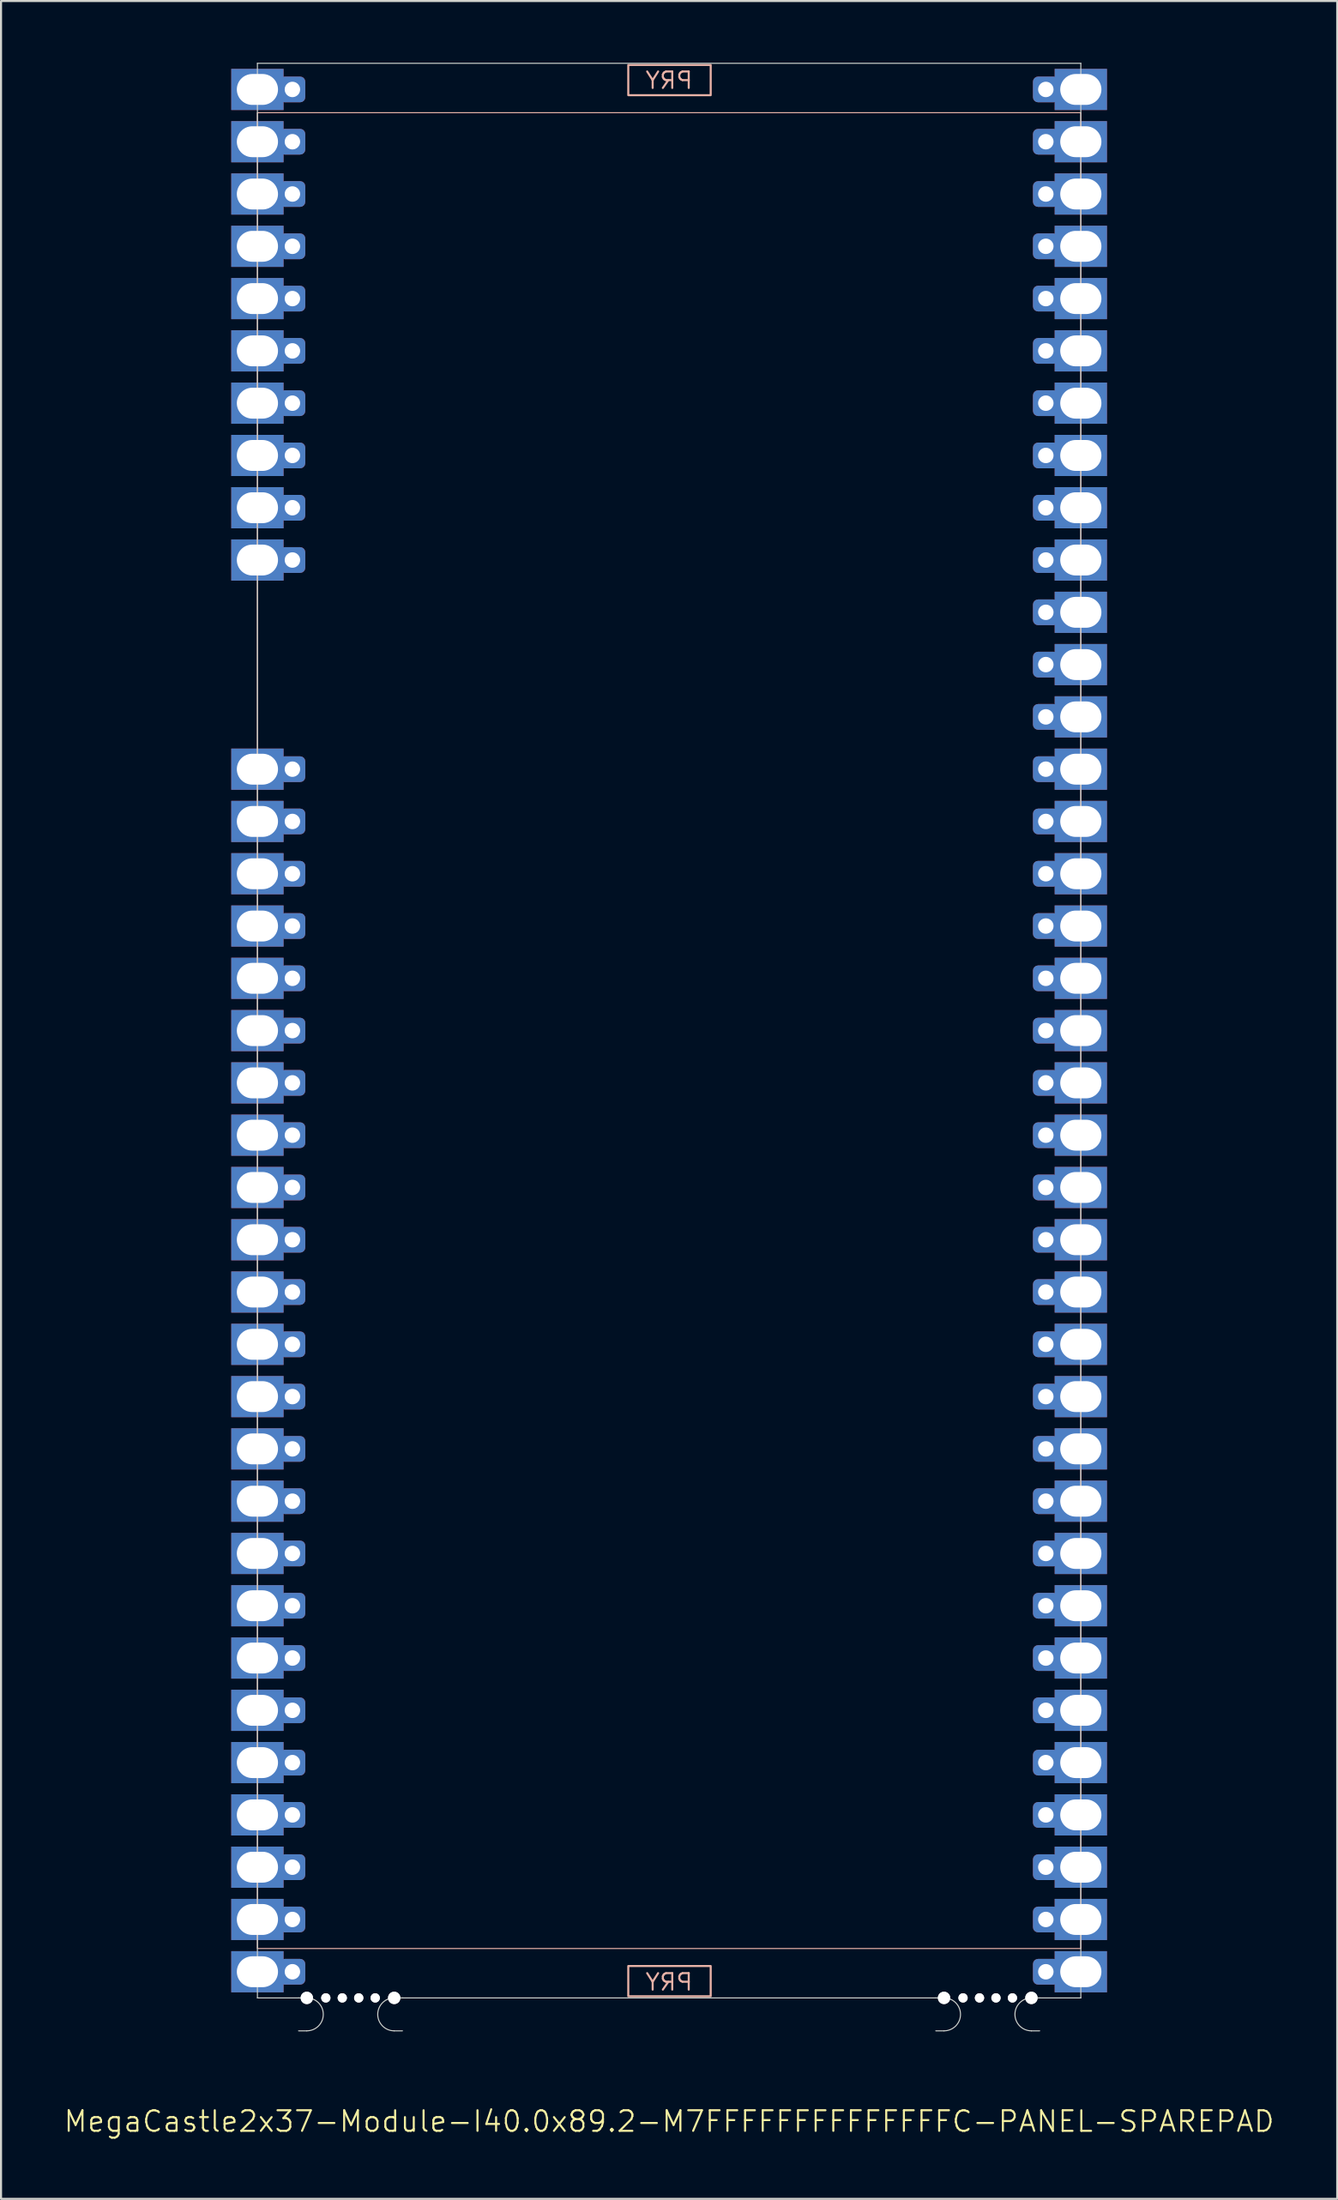
<source format=kicad_pcb>
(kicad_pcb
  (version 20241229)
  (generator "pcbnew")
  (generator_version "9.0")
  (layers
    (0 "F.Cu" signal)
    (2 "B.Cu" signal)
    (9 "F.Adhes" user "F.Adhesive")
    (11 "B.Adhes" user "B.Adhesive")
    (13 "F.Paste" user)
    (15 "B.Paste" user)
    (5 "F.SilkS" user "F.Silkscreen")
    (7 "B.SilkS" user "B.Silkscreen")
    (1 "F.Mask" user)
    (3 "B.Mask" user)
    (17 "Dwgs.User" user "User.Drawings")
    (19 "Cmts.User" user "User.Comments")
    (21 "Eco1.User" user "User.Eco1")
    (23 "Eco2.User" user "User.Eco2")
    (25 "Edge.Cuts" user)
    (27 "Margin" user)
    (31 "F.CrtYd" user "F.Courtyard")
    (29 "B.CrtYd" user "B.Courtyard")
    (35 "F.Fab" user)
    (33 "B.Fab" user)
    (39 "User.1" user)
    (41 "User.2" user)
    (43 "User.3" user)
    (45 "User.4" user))
  (footprint "MegaCastle2x37-Module-I40.0x89.2-M7FFFFFFFFFFFFFFC-PANEL-SPAREPAD"
    (layer "F.Cu")
    (at 29.455 47.015)
    (property "Reference" "MegaCastle2x37-Module-I40.0x89.2-M7FFFFFFFFFFFFFFC-PANEL-SPAREPAD" (at 0 52.99 0) (unlocked yes) (layer "F.SilkS") (effects (font (size 1 1) (thickness 0.1))))
    (attr smd)
    (fp_rect (start -20 44.59) (end 20 -44.59) (stroke (width 0.05) (type default)) (fill no) (layer "B.SilkS"))
    (fp_rect (start -1.984 -45.441) (end 2.02 -46.91) (stroke (width 0.1) (type default)) (fill no) (layer "B.SilkS"))
    (fp_rect (start -1.984 45.441) (end 2.02 46.91) (stroke (width 0.1) (type default)) (fill no) (layer "B.SilkS"))
    (fp_line (start -20 -46.99) (end -20 46.99) (stroke (width 0.05) (type default)) (layer "Edge.Cuts"))
    (fp_line (start -20 -46.99) (end 20 -46.99) (stroke (width 0.05) (type default)) (layer "Edge.Cuts"))
    (fp_line (start -20 46.99) (end -18 46.99) (stroke (width 0.05) (type default)) (layer "Edge.Cuts"))
    (fp_line (start -18 46.99) (end -17.6 46.99) (stroke (width 0.05) (type default)) (layer "Edge.Cuts"))
    (fp_line (start -18 48.59) (end -17.6 48.59) (stroke (width 0.05) (type default)) (layer "Edge.Cuts"))
    (fp_line (start -12.955 46.99) (end -13.355 46.99) (stroke (width 0.05) (type default)) (layer "Edge.Cuts"))
    (fp_line (start -12.955 46.99) (end 12.955 46.99) (stroke (width 0.05) (type default)) (layer "Edge.Cuts"))
    (fp_line (start -12.955 48.59) (end -13.355 48.59) (stroke (width 0.05) (type default)) (layer "Edge.Cuts"))
    (fp_line (start 12.955 46.99) (end 13.355 46.99) (stroke (width 0.05) (type default)) (layer "Edge.Cuts"))
    (fp_line (start 12.955 48.59) (end 13.355 48.59) (stroke (width 0.05) (type default)) (layer "Edge.Cuts"))
    (fp_line (start 18 46.99) (end 17.6 46.99) (stroke (width 0.05) (type default)) (layer "Edge.Cuts"))
    (fp_line (start 18 46.99) (end 20 46.99) (stroke (width 0.05) (type default)) (layer "Edge.Cuts"))
    (fp_line (start 18 48.59) (end 17.6 48.59) (stroke (width 0.05) (type default)) (layer "Edge.Cuts"))
    (fp_line (start 20 -46.99) (end 20 46.99) (stroke (width 0.05) (type default)) (layer "Edge.Cuts"))
    (fp_arc (start -17.6 46.990002) (mid -16.799999 47.790001) (end -17.6 48.59) (stroke (width 0.05) (type default)) (layer "Edge.Cuts"))
    (fp_arc (start -13.355 48.59) (mid -14.155 47.790001) (end -13.355 46.990002) (stroke (width 0.05) (type default)) (layer "Edge.Cuts"))
    (fp_arc (start 13.355001 46.990002) (mid 14.155002 47.790001) (end 13.355001 48.59) (stroke (width 0.05) (type default)) (layer "Edge.Cuts"))
    (fp_arc (start 17.600002 48.59) (mid 16.8 47.79) (end 17.600002 46.990002) (stroke (width 0.05) (type default)) (layer "Edge.Cuts"))
    (fp_text user "PRY" (at 0 -45.69 0) (unlocked yes) (layer "B.SilkS") (effects (font (size 0.8 0.8) (thickness 0.1)) (justify bottom mirror)))
    (fp_text user "PRY" (at 0 46.69 0) (unlocked yes) (layer "B.SilkS") (effects (font (size 0.8 0.8) (thickness 0.1)) (justify bottom mirror)))
    (pad "" np_thru_hole circle (at -17.6 46.99) (size 0.6 0.6) (drill 0.6) (layers "*.Cu" "Edge.Cuts"))
    (pad "" np_thru_hole circle (at -16.677 46.99) (size 0.45 0.45) (drill 0.45) (layers "*.Cu" "Edge.Cuts"))
    (pad "" np_thru_hole circle (at -15.878 46.99) (size 0.45 0.45) (drill 0.45) (layers "*.Cu" "Edge.Cuts"))
    (pad "" np_thru_hole circle (at -15.078 46.99) (size 0.45 0.45) (drill 0.45) (layers "*.Cu" "Edge.Cuts"))
    (pad "" np_thru_hole circle (at -14.277 46.99) (size 0.45 0.45) (drill 0.45) (layers "*.Cu" "Edge.Cuts"))
    (pad "" np_thru_hole circle (at -13.355 46.99) (size 0.6 0.6) (drill 0.6) (layers "*.Cu" "Edge.Cuts"))
    (pad "" np_thru_hole circle (at 13.355 46.99) (size 0.6 0.6) (drill 0.6) (layers "*.Cu" "Edge.Cuts"))
    (pad "" np_thru_hole circle (at 14.278 46.99) (size 0.45 0.45) (drill 0.45) (layers "*.Cu" "Edge.Cuts"))
    (pad "" np_thru_hole circle (at 15.078 46.99) (size 0.45 0.45) (drill 0.45) (layers "*.Cu" "Edge.Cuts"))
    (pad "" np_thru_hole circle (at 15.878 46.99) (size 0.45 0.45) (drill 0.45) (layers "*.Cu" "Edge.Cuts"))
    (pad "" np_thru_hole circle (at 16.678 46.99) (size 0.45 0.45) (drill 0.45) (layers "*.Cu" "Edge.Cuts"))
    (pad "" np_thru_hole circle (at 17.6 46.99) (size 0.6 0.6) (drill 0.6) (layers "*.Cu" "Edge.Cuts"))
    (pad "1" thru_hole rect (at -20 -45.72) (size 2.54 2) (drill oval 2 1.5) (property pad_prop_castellated) (layers "*.Cu" "*.Mask"))
    (pad "1" thru_hole roundrect (at -18.3 -45.72 180) (size 1.25 1.25) (drill 0.75) (layers "*.Cu" "*.Mask") (roundrect_rratio 0.2))
    (pad "2" thru_hole rect (at -20 -43.18) (size 2.54 2) (drill oval 2 1.5) (property pad_prop_castellated) (layers "*.Cu" "*.Mask"))
    (pad "2" thru_hole roundrect (at -18.3 -43.18 180) (size 1.25 1.25) (drill 0.75) (layers "*.Cu" "*.Mask") (roundrect_rratio 0.2))
    (pad "3" thru_hole rect (at -20 -40.64) (size 2.54 2) (drill oval 2 1.5) (property pad_prop_castellated) (layers "*.Cu" "*.Mask"))
    (pad "3" thru_hole roundrect (at -18.3 -40.64 180) (size 1.25 1.25) (drill 0.75) (layers "*.Cu" "*.Mask") (roundrect_rratio 0.2))
    (pad "4" thru_hole rect (at -20 -38.1) (size 2.54 2) (drill oval 2 1.5) (property pad_prop_castellated) (layers "*.Cu" "*.Mask"))
    (pad "4" thru_hole roundrect (at -18.3 -38.1 180) (size 1.25 1.25) (drill 0.75) (layers "*.Cu" "*.Mask") (roundrect_rratio 0.2))
    (pad "5" thru_hole rect (at -20 -35.56) (size 2.54 2) (drill oval 2 1.5) (property pad_prop_castellated) (layers "*.Cu" "*.Mask"))
    (pad "5" thru_hole roundrect (at -18.3 -35.56 180) (size 1.25 1.25) (drill 0.75) (layers "*.Cu" "*.Mask") (roundrect_rratio 0.2))
    (pad "6" thru_hole rect (at -20 -33.02) (size 2.54 2) (drill oval 2 1.5) (property pad_prop_castellated) (layers "*.Cu" "*.Mask"))
    (pad "6" thru_hole roundrect (at -18.3 -33.02 180) (size 1.25 1.25) (drill 0.75) (layers "*.Cu" "*.Mask") (roundrect_rratio 0.2))
    (pad "7" thru_hole rect (at -20 -30.48) (size 2.54 2) (drill oval 2 1.5) (property pad_prop_castellated) (layers "*.Cu" "*.Mask"))
    (pad "7" thru_hole roundrect (at -18.3 -30.48 180) (size 1.25 1.25) (drill 0.75) (layers "*.Cu" "*.Mask") (roundrect_rratio 0.2))
    (pad "8" thru_hole rect (at -20 -27.94) (size 2.54 2) (drill oval 2 1.5) (property pad_prop_castellated) (layers "*.Cu" "*.Mask"))
    (pad "8" thru_hole roundrect (at -18.3 -27.94 180) (size 1.25 1.25) (drill 0.75) (layers "*.Cu" "*.Mask") (roundrect_rratio 0.2))
    (pad "9" thru_hole rect (at -20 -25.4) (size 2.54 2) (drill oval 2 1.5) (property pad_prop_castellated) (layers "*.Cu" "*.Mask"))
    (pad "9" thru_hole roundrect (at -18.3 -25.4 180) (size 1.25 1.25) (drill 0.75) (layers "*.Cu" "*.Mask") (roundrect_rratio 0.2))
    (pad "10" thru_hole rect (at -20 -22.86) (size 2.54 2) (drill oval 2 1.5) (property pad_prop_castellated) (layers "*.Cu" "*.Mask"))
    (pad "10" thru_hole roundrect (at -18.3 -22.86 180) (size 1.25 1.25) (drill 0.75) (layers "*.Cu" "*.Mask") (roundrect_rratio 0.2))
    (pad "14" thru_hole rect (at -20 -12.7) (size 2.54 2) (drill oval 2 1.5) (property pad_prop_castellated) (layers "*.Cu" "*.Mask"))
    (pad "14" thru_hole roundrect (at -18.3 -12.7 180) (size 1.25 1.25) (drill 0.75) (layers "*.Cu" "*.Mask") (roundrect_rratio 0.2))
    (pad "15" thru_hole rect (at -20 -10.16) (size 2.54 2) (drill oval 2 1.5) (property pad_prop_castellated) (layers "*.Cu" "*.Mask"))
    (pad "15" thru_hole roundrect (at -18.3 -10.16 180) (size 1.25 1.25) (drill 0.75) (layers "*.Cu" "*.Mask") (roundrect_rratio 0.2))
    (pad "16" thru_hole rect (at -20 -7.62) (size 2.54 2) (drill oval 2 1.5) (property pad_prop_castellated) (layers "*.Cu" "*.Mask"))
    (pad "16" thru_hole roundrect (at -18.3 -7.62 180) (size 1.25 1.25) (drill 0.75) (layers "*.Cu" "*.Mask") (roundrect_rratio 0.2))
    (pad "17" thru_hole rect (at -20 -5.08) (size 2.54 2) (drill oval 2 1.5) (property pad_prop_castellated) (layers "*.Cu" "*.Mask"))
    (pad "17" thru_hole roundrect (at -18.3 -5.08 180) (size 1.25 1.25) (drill 0.75) (layers "*.Cu" "*.Mask") (roundrect_rratio 0.2))
    (pad "18" thru_hole rect (at -20 -2.54) (size 2.54 2) (drill oval 2 1.5) (property pad_prop_castellated) (layers "*.Cu" "*.Mask"))
    (pad "18" thru_hole roundrect (at -18.3 -2.54 180) (size 1.25 1.25) (drill 0.75) (layers "*.Cu" "*.Mask") (roundrect_rratio 0.2))
    (pad "19" thru_hole rect (at -20 0) (size 2.54 2) (drill oval 2 1.5) (property pad_prop_castellated) (layers "*.Cu" "*.Mask"))
    (pad "19" thru_hole roundrect (at -18.3 0 180) (size 1.25 1.25) (drill 0.75) (layers "*.Cu" "*.Mask") (roundrect_rratio 0.2))
    (pad "20" thru_hole rect (at -20 2.54) (size 2.54 2) (drill oval 2 1.5) (property pad_prop_castellated) (layers "*.Cu" "*.Mask"))
    (pad "20" thru_hole roundrect (at -18.3 2.54 180) (size 1.25 1.25) (drill 0.75) (layers "*.Cu" "*.Mask") (roundrect_rratio 0.2))
    (pad "21" thru_hole rect (at -20 5.08) (size 2.54 2) (drill oval 2 1.5) (property pad_prop_castellated) (layers "*.Cu" "*.Mask"))
    (pad "21" thru_hole roundrect (at -18.3 5.08 180) (size 1.25 1.25) (drill 0.75) (layers "*.Cu" "*.Mask") (roundrect_rratio 0.2))
    (pad "22" thru_hole rect (at -20 7.62) (size 2.54 2) (drill oval 2 1.5) (property pad_prop_castellated) (layers "*.Cu" "*.Mask"))
    (pad "22" thru_hole roundrect (at -18.3 7.62 180) (size 1.25 1.25) (drill 0.75) (layers "*.Cu" "*.Mask") (roundrect_rratio 0.2))
    (pad "23" thru_hole rect (at -20 10.16) (size 2.54 2) (drill oval 2 1.5) (property pad_prop_castellated) (layers "*.Cu" "*.Mask"))
    (pad "23" thru_hole roundrect (at -18.3 10.16 180) (size 1.25 1.25) (drill 0.75) (layers "*.Cu" "*.Mask") (roundrect_rratio 0.2))
    (pad "24" thru_hole rect (at -20 12.7) (size 2.54 2) (drill oval 2 1.5) (property pad_prop_castellated) (layers "*.Cu" "*.Mask"))
    (pad "24" thru_hole roundrect (at -18.3 12.7 180) (size 1.25 1.25) (drill 0.75) (layers "*.Cu" "*.Mask") (roundrect_rratio 0.2))
    (pad "25" thru_hole rect (at -20 15.24) (size 2.54 2) (drill oval 2 1.5) (property pad_prop_castellated) (layers "*.Cu" "*.Mask"))
    (pad "25" thru_hole roundrect (at -18.3 15.24 180) (size 1.25 1.25) (drill 0.75) (layers "*.Cu" "*.Mask") (roundrect_rratio 0.2))
    (pad "26" thru_hole rect (at -20 17.78) (size 2.54 2) (drill oval 2 1.5) (property pad_prop_castellated) (layers "*.Cu" "*.Mask"))
    (pad "26" thru_hole roundrect (at -18.3 17.78 180) (size 1.25 1.25) (drill 0.75) (layers "*.Cu" "*.Mask") (roundrect_rratio 0.2))
    (pad "27" thru_hole rect (at -20 20.32) (size 2.54 2) (drill oval 2 1.5) (property pad_prop_castellated) (layers "*.Cu" "*.Mask"))
    (pad "27" thru_hole roundrect (at -18.3 20.32 180) (size 1.25 1.25) (drill 0.75) (layers "*.Cu" "*.Mask") (roundrect_rratio 0.2))
    (pad "28" thru_hole rect (at -20 22.86) (size 2.54 2) (drill oval 2 1.5) (property pad_prop_castellated) (layers "*.Cu" "*.Mask"))
    (pad "28" thru_hole roundrect (at -18.3 22.86 180) (size 1.25 1.25) (drill 0.75) (layers "*.Cu" "*.Mask") (roundrect_rratio 0.2))
    (pad "29" thru_hole rect (at -20 25.4) (size 2.54 2) (drill oval 2 1.5) (property pad_prop_castellated) (layers "*.Cu" "*.Mask"))
    (pad "29" thru_hole roundrect (at -18.3 25.4 180) (size 1.25 1.25) (drill 0.75) (layers "*.Cu" "*.Mask") (roundrect_rratio 0.2))
    (pad "30" thru_hole rect (at -20 27.94) (size 2.54 2) (drill oval 2 1.5) (property pad_prop_castellated) (layers "*.Cu" "*.Mask"))
    (pad "30" thru_hole roundrect (at -18.3 27.94 180) (size 1.25 1.25) (drill 0.75) (layers "*.Cu" "*.Mask") (roundrect_rratio 0.2))
    (pad "31" thru_hole rect (at -20 30.48) (size 2.54 2) (drill oval 2 1.5) (property pad_prop_castellated) (layers "*.Cu" "*.Mask"))
    (pad "31" thru_hole roundrect (at -18.3 30.48 180) (size 1.25 1.25) (drill 0.75) (layers "*.Cu" "*.Mask") (roundrect_rratio 0.2))
    (pad "32" thru_hole rect (at -20 33.02) (size 2.54 2) (drill oval 2 1.5) (property pad_prop_castellated) (layers "*.Cu" "*.Mask"))
    (pad "32" thru_hole roundrect (at -18.3 33.02 180) (size 1.25 1.25) (drill 0.75) (layers "*.Cu" "*.Mask") (roundrect_rratio 0.2))
    (pad "33" thru_hole rect (at -20 35.56) (size 2.54 2) (drill oval 2 1.5) (property pad_prop_castellated) (layers "*.Cu" "*.Mask"))
    (pad "33" thru_hole roundrect (at -18.3 35.56 180) (size 1.25 1.25) (drill 0.75) (layers "*.Cu" "*.Mask") (roundrect_rratio 0.2))
    (pad "34" thru_hole rect (at -20 38.1) (size 2.54 2) (drill oval 2 1.5) (property pad_prop_castellated) (layers "*.Cu" "*.Mask"))
    (pad "34" thru_hole roundrect (at -18.3 38.1 180) (size 1.25 1.25) (drill 0.75) (layers "*.Cu" "*.Mask") (roundrect_rratio 0.2))
    (pad "35" thru_hole rect (at -20 40.64) (size 2.54 2) (drill oval 2 1.5) (property pad_prop_castellated) (layers "*.Cu" "*.Mask"))
    (pad "35" thru_hole roundrect (at -18.3 40.64 180) (size 1.25 1.25) (drill 0.75) (layers "*.Cu" "*.Mask") (roundrect_rratio 0.2))
    (pad "36" thru_hole rect (at -20 43.18) (size 2.54 2) (drill oval 2 1.5) (property pad_prop_castellated) (layers "*.Cu" "*.Mask"))
    (pad "36" thru_hole roundrect (at -18.3 43.18 180) (size 1.25 1.25) (drill 0.75) (layers "*.Cu" "*.Mask") (roundrect_rratio 0.2))
    (pad "37" thru_hole rect (at -20 45.72) (size 2.54 2) (drill oval 2 1.5) (property pad_prop_castellated) (layers "*.Cu" "*.Mask"))
    (pad "37" thru_hole roundrect (at -18.3 45.72 180) (size 1.25 1.25) (drill 0.75) (layers "*.Cu" "*.Mask") (roundrect_rratio 0.2))
    (pad "38" thru_hole roundrect (at 18.3 -45.72 180) (size 1.25 1.25) (drill 0.75) (layers "*.Cu" "*.Mask") (roundrect_rratio 0.2))
    (pad "38" thru_hole rect (at 20 -45.72) (size 2.54 2) (drill oval 2 1.5) (property pad_prop_castellated) (layers "*.Cu" "*.Mask"))
    (pad "39" thru_hole roundrect (at 18.3 -43.18 180) (size 1.25 1.25) (drill 0.75) (layers "*.Cu" "*.Mask") (roundrect_rratio 0.2))
    (pad "39" thru_hole rect (at 20 -43.18) (size 2.54 2) (drill oval 2 1.5) (property pad_prop_castellated) (layers "*.Cu" "*.Mask"))
    (pad "40" thru_hole roundrect (at 18.3 -40.64 180) (size 1.25 1.25) (drill 0.75) (layers "*.Cu" "*.Mask") (roundrect_rratio 0.2))
    (pad "40" thru_hole rect (at 20 -40.64) (size 2.54 2) (drill oval 2 1.5) (property pad_prop_castellated) (layers "*.Cu" "*.Mask"))
    (pad "41" thru_hole roundrect (at 18.3 -38.1 180) (size 1.25 1.25) (drill 0.75) (layers "*.Cu" "*.Mask") (roundrect_rratio 0.2))
    (pad "41" thru_hole rect (at 20 -38.1) (size 2.54 2) (drill oval 2 1.5) (property pad_prop_castellated) (layers "*.Cu" "*.Mask"))
    (pad "42" thru_hole roundrect (at 18.3 -35.56 180) (size 1.25 1.25) (drill 0.75) (layers "*.Cu" "*.Mask") (roundrect_rratio 0.2))
    (pad "42" thru_hole rect (at 20 -35.56) (size 2.54 2) (drill oval 2 1.5) (property pad_prop_castellated) (layers "*.Cu" "*.Mask"))
    (pad "43" thru_hole roundrect (at 18.3 -33.02 180) (size 1.25 1.25) (drill 0.75) (layers "*.Cu" "*.Mask") (roundrect_rratio 0.2))
    (pad "43" thru_hole rect (at 20 -33.02) (size 2.54 2) (drill oval 2 1.5) (property pad_prop_castellated) (layers "*.Cu" "*.Mask"))
    (pad "44" thru_hole roundrect (at 18.3 -30.48 180) (size 1.25 1.25) (drill 0.75) (layers "*.Cu" "*.Mask") (roundrect_rratio 0.2))
    (pad "44" thru_hole rect (at 20 -30.48) (size 2.54 2) (drill oval 2 1.5) (property pad_prop_castellated) (layers "*.Cu" "*.Mask"))
    (pad "45" thru_hole roundrect (at 18.3 -27.94 180) (size 1.25 1.25) (drill 0.75) (layers "*.Cu" "*.Mask") (roundrect_rratio 0.2))
    (pad "45" thru_hole rect (at 20 -27.94) (size 2.54 2) (drill oval 2 1.5) (property pad_prop_castellated) (layers "*.Cu" "*.Mask"))
    (pad "46" thru_hole roundrect (at 18.3 -25.4 180) (size 1.25 1.25) (drill 0.75) (layers "*.Cu" "*.Mask") (roundrect_rratio 0.2))
    (pad "46" thru_hole rect (at 20 -25.4) (size 2.54 2) (drill oval 2 1.5) (property pad_prop_castellated) (layers "*.Cu" "*.Mask"))
    (pad "47" thru_hole roundrect (at 18.3 -22.86 180) (size 1.25 1.25) (drill 0.75) (layers "*.Cu" "*.Mask") (roundrect_rratio 0.2))
    (pad "47" thru_hole rect (at 20 -22.86) (size 2.54 2) (drill oval 2 1.5) (property pad_prop_castellated) (layers "*.Cu" "*.Mask"))
    (pad "48" thru_hole roundrect (at 18.3 -20.32 180) (size 1.25 1.25) (drill 0.75) (layers "*.Cu" "*.Mask") (roundrect_rratio 0.2))
    (pad "48" thru_hole rect (at 20 -20.32) (size 2.54 2) (drill oval 2 1.5) (property pad_prop_castellated) (layers "*.Cu" "*.Mask"))
    (pad "49" thru_hole roundrect (at 18.3 -17.78 180) (size 1.25 1.25) (drill 0.75) (layers "*.Cu" "*.Mask") (roundrect_rratio 0.2))
    (pad "49" thru_hole rect (at 20 -17.78) (size 2.54 2) (drill oval 2 1.5) (property pad_prop_castellated) (layers "*.Cu" "*.Mask"))
    (pad "50" thru_hole roundrect (at 18.3 -15.24 180) (size 1.25 1.25) (drill 0.75) (layers "*.Cu" "*.Mask") (roundrect_rratio 0.2))
    (pad "50" thru_hole rect (at 20 -15.24) (size 2.54 2) (drill oval 2 1.5) (property pad_prop_castellated) (layers "*.Cu" "*.Mask"))
    (pad "51" thru_hole roundrect (at 18.3 -12.7 180) (size 1.25 1.25) (drill 0.75) (layers "*.Cu" "*.Mask") (roundrect_rratio 0.2))
    (pad "51" thru_hole rect (at 20 -12.7) (size 2.54 2) (drill oval 2 1.5) (property pad_prop_castellated) (layers "*.Cu" "*.Mask"))
    (pad "52" thru_hole roundrect (at 18.3 -10.16 180) (size 1.25 1.25) (drill 0.75) (layers "*.Cu" "*.Mask") (roundrect_rratio 0.2))
    (pad "52" thru_hole rect (at 20 -10.16) (size 2.54 2) (drill oval 2 1.5) (property pad_prop_castellated) (layers "*.Cu" "*.Mask"))
    (pad "53" thru_hole roundrect (at 18.3 -7.62 180) (size 1.25 1.25) (drill 0.75) (layers "*.Cu" "*.Mask") (roundrect_rratio 0.2))
    (pad "53" thru_hole rect (at 20 -7.62) (size 2.54 2) (drill oval 2 1.5) (property pad_prop_castellated) (layers "*.Cu" "*.Mask"))
    (pad "54" thru_hole roundrect (at 18.3 -5.08 180) (size 1.25 1.25) (drill 0.75) (layers "*.Cu" "*.Mask") (roundrect_rratio 0.2))
    (pad "54" thru_hole rect (at 20 -5.08) (size 2.54 2) (drill oval 2 1.5) (property pad_prop_castellated) (layers "*.Cu" "*.Mask"))
    (pad "55" thru_hole roundrect (at 18.3 -2.54 180) (size 1.25 1.25) (drill 0.75) (layers "*.Cu" "*.Mask") (roundrect_rratio 0.2))
    (pad "55" thru_hole rect (at 20 -2.54) (size 2.54 2) (drill oval 2 1.5) (property pad_prop_castellated) (layers "*.Cu" "*.Mask"))
    (pad "56" thru_hole roundrect (at 18.3 0 180) (size 1.25 1.25) (drill 0.75) (layers "*.Cu" "*.Mask") (roundrect_rratio 0.2))
    (pad "56" thru_hole rect (at 20 0) (size 2.54 2) (drill oval 2 1.5) (property pad_prop_castellated) (layers "*.Cu" "*.Mask"))
    (pad "57" thru_hole roundrect (at 18.3 2.54 180) (size 1.25 1.25) (drill 0.75) (layers "*.Cu" "*.Mask") (roundrect_rratio 0.2))
    (pad "57" thru_hole rect (at 20 2.54) (size 2.54 2) (drill oval 2 1.5) (property pad_prop_castellated) (layers "*.Cu" "*.Mask"))
    (pad "58" thru_hole roundrect (at 18.3 5.08 180) (size 1.25 1.25) (drill 0.75) (layers "*.Cu" "*.Mask") (roundrect_rratio 0.2))
    (pad "58" thru_hole rect (at 20 5.08) (size 2.54 2) (drill oval 2 1.5) (property pad_prop_castellated) (layers "*.Cu" "*.Mask"))
    (pad "59" thru_hole roundrect (at 18.3 7.62 180) (size 1.25 1.25) (drill 0.75) (layers "*.Cu" "*.Mask") (roundrect_rratio 0.2))
    (pad "59" thru_hole rect (at 20 7.62) (size 2.54 2) (drill oval 2 1.5) (property pad_prop_castellated) (layers "*.Cu" "*.Mask"))
    (pad "60" thru_hole roundrect (at 18.3 10.16 180) (size 1.25 1.25) (drill 0.75) (layers "*.Cu" "*.Mask") (roundrect_rratio 0.2))
    (pad "60" thru_hole rect (at 20 10.16) (size 2.54 2) (drill oval 2 1.5) (property pad_prop_castellated) (layers "*.Cu" "*.Mask"))
    (pad "61" thru_hole roundrect (at 18.3 12.7 180) (size 1.25 1.25) (drill 0.75) (layers "*.Cu" "*.Mask") (roundrect_rratio 0.2))
    (pad "61" thru_hole rect (at 20 12.7) (size 2.54 2) (drill oval 2 1.5) (property pad_prop_castellated) (layers "*.Cu" "*.Mask"))
    (pad "62" thru_hole roundrect (at 18.3 15.24 180) (size 1.25 1.25) (drill 0.75) (layers "*.Cu" "*.Mask") (roundrect_rratio 0.2))
    (pad "62" thru_hole rect (at 20 15.24) (size 2.54 2) (drill oval 2 1.5) (property pad_prop_castellated) (layers "*.Cu" "*.Mask"))
    (pad "63" thru_hole roundrect (at 18.3 17.78 180) (size 1.25 1.25) (drill 0.75) (layers "*.Cu" "*.Mask") (roundrect_rratio 0.2))
    (pad "63" thru_hole rect (at 20 17.78) (size 2.54 2) (drill oval 2 1.5) (property pad_prop_castellated) (layers "*.Cu" "*.Mask"))
    (pad "64" thru_hole roundrect (at 18.3 20.32 180) (size 1.25 1.25) (drill 0.75) (layers "*.Cu" "*.Mask") (roundrect_rratio 0.2))
    (pad "64" thru_hole rect (at 20 20.32) (size 2.54 2) (drill oval 2 1.5) (property pad_prop_castellated) (layers "*.Cu" "*.Mask"))
    (pad "65" thru_hole roundrect (at 18.3 22.86 180) (size 1.25 1.25) (drill 0.75) (layers "*.Cu" "*.Mask") (roundrect_rratio 0.2))
    (pad "65" thru_hole rect (at 20 22.86) (size 2.54 2) (drill oval 2 1.5) (property pad_prop_castellated) (layers "*.Cu" "*.Mask"))
    (pad "66" thru_hole roundrect (at 18.3 25.4 180) (size 1.25 1.25) (drill 0.75) (layers "*.Cu" "*.Mask") (roundrect_rratio 0.2))
    (pad "66" thru_hole rect (at 20 25.4) (size 2.54 2) (drill oval 2 1.5) (property pad_prop_castellated) (layers "*.Cu" "*.Mask"))
    (pad "67" thru_hole roundrect (at 18.3 27.94 180) (size 1.25 1.25) (drill 0.75) (layers "*.Cu" "*.Mask") (roundrect_rratio 0.2))
    (pad "67" thru_hole rect (at 20 27.94) (size 2.54 2) (drill oval 2 1.5) (property pad_prop_castellated) (layers "*.Cu" "*.Mask"))
    (pad "68" thru_hole roundrect (at 18.3 30.48 180) (size 1.25 1.25) (drill 0.75) (layers "*.Cu" "*.Mask") (roundrect_rratio 0.2))
    (pad "68" thru_hole rect (at 20 30.48) (size 2.54 2) (drill oval 2 1.5) (property pad_prop_castellated) (layers "*.Cu" "*.Mask"))
    (pad "69" thru_hole roundrect (at 18.3 33.02 180) (size 1.25 1.25) (drill 0.75) (layers "*.Cu" "*.Mask") (roundrect_rratio 0.2))
    (pad "69" thru_hole rect (at 20 33.02) (size 2.54 2) (drill oval 2 1.5) (property pad_prop_castellated) (layers "*.Cu" "*.Mask"))
    (pad "70" thru_hole roundrect (at 18.3 35.56 180) (size 1.25 1.25) (drill 0.75) (layers "*.Cu" "*.Mask") (roundrect_rratio 0.2))
    (pad "70" thru_hole rect (at 20 35.56) (size 2.54 2) (drill oval 2 1.5) (property pad_prop_castellated) (layers "*.Cu" "*.Mask"))
    (pad "71" thru_hole roundrect (at 18.3 38.1 180) (size 1.25 1.25) (drill 0.75) (layers "*.Cu" "*.Mask") (roundrect_rratio 0.2))
    (pad "71" thru_hole rect (at 20 38.1) (size 2.54 2) (drill oval 2 1.5) (property pad_prop_castellated) (layers "*.Cu" "*.Mask"))
    (pad "72" thru_hole roundrect (at 18.3 40.64 180) (size 1.25 1.25) (drill 0.75) (layers "*.Cu" "*.Mask") (roundrect_rratio 0.2))
    (pad "72" thru_hole rect (at 20 40.64) (size 2.54 2) (drill oval 2 1.5) (property pad_prop_castellated) (layers "*.Cu" "*.Mask"))
    (pad "73" thru_hole roundrect (at 18.3 43.18 180) (size 1.25 1.25) (drill 0.75) (layers "*.Cu" "*.Mask") (roundrect_rratio 0.2))
    (pad "73" thru_hole rect (at 20 43.18) (size 2.54 2) (drill oval 2 1.5) (property pad_prop_castellated) (layers "*.Cu" "*.Mask"))
    (pad "74" thru_hole roundrect (at 18.3 45.72 180) (size 1.25 1.25) (drill 0.75) (layers "*.Cu" "*.Mask") (roundrect_rratio 0.2))
    (pad "74" thru_hole rect (at 20 45.72) (size 2.54 2) (drill oval 2 1.5) (property pad_prop_castellated) (layers "*.Cu" "*.Mask"))
    (zone (net_name "") (layer "B.Cu") (hatch edge 0.5) (connect_pads) (min_thickness 0.25) (filled_areas_thickness no) (keepout (tracks allowed) (vias allowed) (pads allowed) (copperpour allowed) (footprints not_allowed)) (placement (enabled no)) (fill) (polygon (pts (xy 9.455 94.005) (xy 9.455 0.025))))
    (zone (net_name "") (layer "B.Cu") (hatch edge 0.5) (connect_pads) (min_thickness 0.25) (filled_areas_thickness no) (keepout (tracks allowed) (vias allowed) (pads allowed) (copperpour allowed) (footprints not_allowed)) (placement (enabled no)) (fill) (polygon (pts (xy 49.455 94.005) (xy 49.455 0.025))))
    (zone (net_name "") (layer "B.Cu") (hatch edge 0.5) (connect_pads) (min_thickness 0.25) (filled_areas_thickness no) (keepout (tracks allowed) (vias allowed) (pads allowed) (copperpour allowed) (footprints not_allowed)) (placement (enabled no)) (fill) (polygon (pts (xy 9.455 0.025) (xy 9.455 2.425) (xy 49.455 2.425) (xy 49.455 0.025))))
    (zone (net_name "") (layer "B.Cu") (hatch edge 0.5) (connect_pads) (min_thickness 0.25) (filled_areas_thickness no) (keepout (tracks allowed) (vias allowed) (pads allowed) (copperpour allowed) (footprints not_allowed)) (placement (enabled no)) (fill) (polygon (pts (xy 9.455 94.005) (xy 9.455 91.605) (xy 49.455 91.605) (xy 49.455 94.005))))
    (zone (net_name "") (layer "B.Cu") (name "Upper Pry Zone") (hatch edge 0.5) (connect_pads) (min_thickness 0.25) (filled_areas_thickness no) (keepout (tracks not_allowed) (vias not_allowed) (pads not_allowed) (copperpour allowed) (footprints not_allowed)) (placement (enabled no)) (fill) (polygon (pts (xy 27.471 1.574) (xy 27.471 0.105) (xy 31.474 0.105) (xy 31.474 1.574))))
    (zone (net_name "") (layer "B.Cu") (name "Upper Pry Zone") (hatch edge 0.5) (connect_pads) (min_thickness 0.25) (filled_areas_thickness no) (keepout (tracks not_allowed) (vias not_allowed) (pads not_allowed) (copperpour allowed) (footprints not_allowed)) (placement (enabled no)) (fill) (polygon (pts (xy 27.471 92.456) (xy 27.471 93.925) (xy 31.474 93.925) (xy 31.474 92.456)))))
  (gr_rect
    (start -3 -3)
    (end 61.91 103.766)
    (stroke (width 0.1) (type default))
    (fill no)
    (layer "Edge.Cuts")))
</source>
